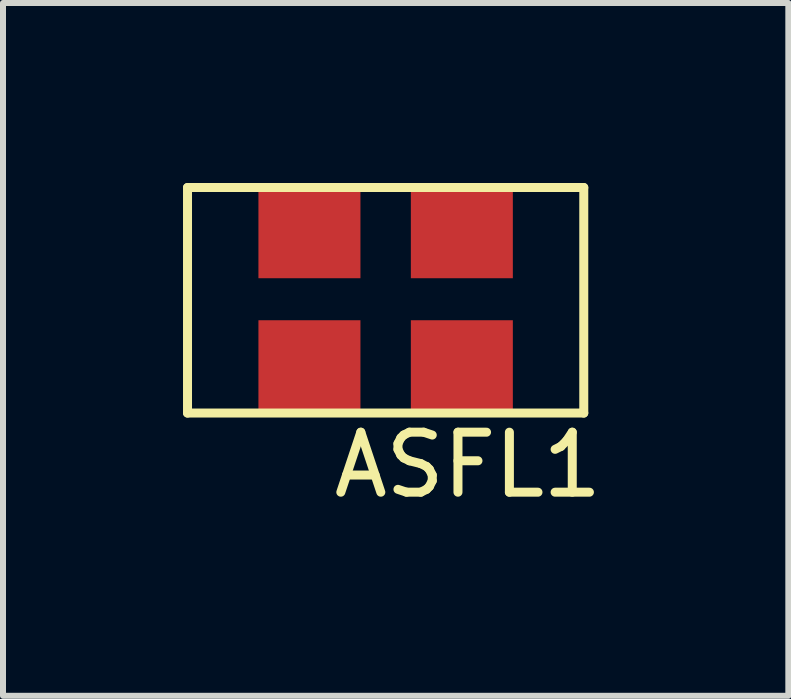
<source format=kicad_pcb>
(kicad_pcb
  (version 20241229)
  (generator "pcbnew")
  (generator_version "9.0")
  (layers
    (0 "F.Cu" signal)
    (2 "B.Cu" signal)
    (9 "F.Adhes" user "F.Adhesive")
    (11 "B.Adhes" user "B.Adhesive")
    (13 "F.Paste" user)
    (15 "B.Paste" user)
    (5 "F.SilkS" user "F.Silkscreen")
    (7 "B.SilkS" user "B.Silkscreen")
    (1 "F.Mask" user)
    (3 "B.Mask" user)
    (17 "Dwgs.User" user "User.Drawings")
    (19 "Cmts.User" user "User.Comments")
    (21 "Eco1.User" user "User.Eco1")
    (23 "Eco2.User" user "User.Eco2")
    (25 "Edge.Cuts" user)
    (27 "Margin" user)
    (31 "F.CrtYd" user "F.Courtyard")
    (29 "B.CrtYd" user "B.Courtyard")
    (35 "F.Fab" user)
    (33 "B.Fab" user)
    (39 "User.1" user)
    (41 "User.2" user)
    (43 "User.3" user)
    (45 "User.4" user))
  (footprint "ASFL1"
    (layer "F.Cu")
    (at 2.107 0.837)
    (property "Reference" "ASFL1" (at 2.642 3.861 0) (layer "F.SilkS") (effects (font (size 1 1) (thickness 0.15))))
    (attr through_hole)
    (fp_line (start -2.032 -0.762) (end 4.572 -0.762) (stroke (width 0.15) (type solid)) (layer "F.SilkS"))
    (fp_line (start -2.032 2.997) (end -2.032 -0.762) (stroke (width 0.15) (type solid)) (layer "F.SilkS"))
    (fp_line (start 4.572 -0.762) (end 4.572 2.997) (stroke (width 0.15) (type solid)) (layer "F.SilkS"))
    (fp_line (start 4.572 2.997) (end -2.032 2.997) (stroke (width 0.15) (type solid)) (layer "F.SilkS"))
    (pad "1" smd rect (at 0 2.2) (size 1.7 1.5) (layers "F.Cu" "F.Mask" "F.Paste"))
    (pad "2" smd rect (at 2.54 2.2) (size 1.7 1.5) (layers "F.Cu" "F.Mask" "F.Paste"))
    (pad "3" smd rect (at 2.54 0) (size 1.7 1.5) (layers "F.Cu" "F.Mask" "F.Paste"))
    (pad "4" smd rect (at 0 0) (size 1.7 1.5) (layers "F.Cu" "F.Mask" "F.Paste")))
  (gr_rect
    (start -3 -3)
    (end 10.088 8.546)
    (stroke (width 0.1) (type default))
    (fill no)
    (layer "Edge.Cuts")))
</source>
